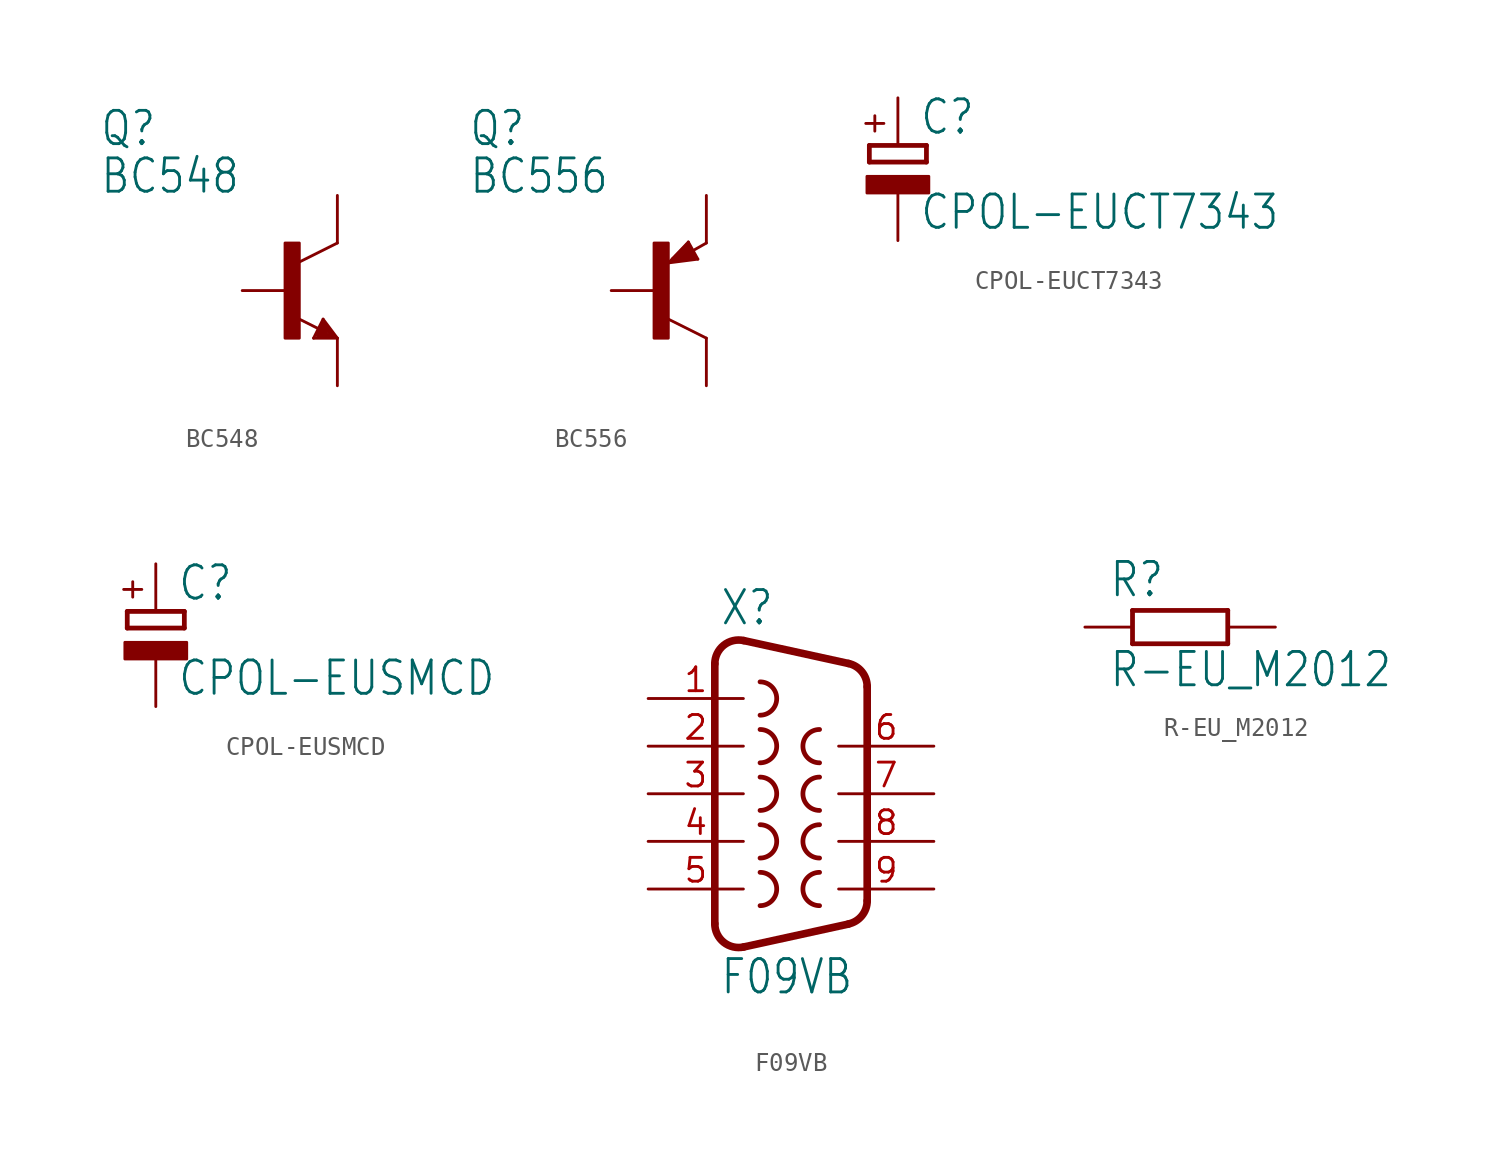
<source format=kicad_sym>
(kicad_symbol_lib
  (version 20211014)
  (generator kicad_symbol_editor)
  (symbol "BC548"
    (property "Reference" "Q"
      (at -10.16 7.62 0)
      (effects (font (size 1.778 1.511)) (justify left bottom)))
    (property "Value" "BC548"
      (at -10.16 5.08 0)
      (effects (font (size 1.778 1.511)) (justify left bottom)))
    (property "ki_locked" ""
      (at 0 0 0)
      (effects (font (size 1.27 1.27))))
    (symbol "BC548_1_0"
      (rectangle (start -0.254 -2.54) (end 0.508 2.54) (stroke (width 0) (type default) (color 0 0 0 0)) (fill (type outline)))
      (polyline (pts (xy 1.27 -2.54) (xy 1.778 -1.524)) (stroke (width 0.152) (type default) (color 0 0 0 0)) (fill (type none)))
      (polyline (pts (xy 1.524 -2.413) (xy 2.286 -2.413)) (stroke (width 0.254) (type default) (color 0 0 0 0)) (fill (type none)))
      (polyline (pts (xy 1.524 -2.286) (xy 1.905 -2.286)) (stroke (width 0.254) (type default) (color 0 0 0 0)) (fill (type none)))
      (polyline (pts (xy 1.54 -2.04) (xy 0.308 -1.424)) (stroke (width 0.152) (type default) (color 0 0 0 0)) (fill (type none)))
      (polyline (pts (xy 1.778 -1.778) (xy 1.524 -2.286)) (stroke (width 0.254) (type default) (color 0 0 0 0)) (fill (type none)))
      (polyline (pts (xy 1.778 -1.524) (xy 2.54 -2.54)) (stroke (width 0.152) (type default) (color 0 0 0 0)) (fill (type none)))
      (polyline (pts (xy 1.905 -2.286) (xy 1.778 -2.032)) (stroke (width 0.254) (type default) (color 0 0 0 0)) (fill (type none)))
      (polyline (pts (xy 2.286 -2.413) (xy 1.778 -1.778)) (stroke (width 0.254) (type default) (color 0 0 0 0)) (fill (type none)))
      (polyline (pts (xy 2.54 -2.54) (xy 1.27 -2.54)) (stroke (width 0.152) (type default) (color 0 0 0 0)) (fill (type none)))
      (polyline (pts (xy 2.54 2.54) (xy 0.508 1.524)) (stroke (width 0.152) (type default) (color 0 0 0 0)) (fill (type none)))
      (pin passive line (at -2.54 0 0) (length 2.54) (name "B" (effects (font (size 0 0)))) (number "B" (effects (font (size 0 0)))))
      (pin passive line (at 2.54 5.08 270) (length 2.54) (name "C" (effects (font (size 0 0)))) (number "C" (effects (font (size 0 0)))))
      (pin passive line (at 2.54 -5.08 90) (length 2.54) (name "E" (effects (font (size 0 0)))) (number "E" (effects (font (size 0 0)))))))
  (symbol "BC556"
    (property "Reference" "Q"
      (at -10.16 7.62 0)
      (effects (font (size 1.778 1.511)) (justify left bottom)))
    (property "Value" "BC556"
      (at -10.16 5.08 0)
      (effects (font (size 1.778 1.511)) (justify left bottom)))
    (property "ki_locked" ""
      (at 0 0 0)
      (effects (font (size 1.27 1.27))))
    (symbol "BC556_1_0"
      (rectangle (start -0.254 -2.54) (end 0.508 2.54) (stroke (width 0) (type default) (color 0 0 0 0)) (fill (type outline)))
      (polyline (pts (xy 0.516 1.478) (xy 2.086 1.678)) (stroke (width 0.152) (type default) (color 0 0 0 0)) (fill (type none)))
      (polyline (pts (xy 0.762 1.651) (xy 1.778 1.778)) (stroke (width 0.254) (type default) (color 0 0 0 0)) (fill (type none)))
      (polyline (pts (xy 1.143 1.905) (xy 1.524 1.905)) (stroke (width 0.254) (type default) (color 0 0 0 0)) (fill (type none)))
      (polyline (pts (xy 1.524 2.159) (xy 1.143 1.905)) (stroke (width 0.254) (type default) (color 0 0 0 0)) (fill (type none)))
      (polyline (pts (xy 1.524 2.413) (xy 0.762 1.651)) (stroke (width 0.254) (type default) (color 0 0 0 0)) (fill (type none)))
      (polyline (pts (xy 1.578 2.594) (xy 0.516 1.478)) (stroke (width 0.152) (type default) (color 0 0 0 0)) (fill (type none)))
      (polyline (pts (xy 1.778 1.778) (xy 1.524 2.159)) (stroke (width 0.254) (type default) (color 0 0 0 0)) (fill (type none)))
      (polyline (pts (xy 1.905 1.778) (xy 1.524 2.413)) (stroke (width 0.254) (type default) (color 0 0 0 0)) (fill (type none)))
      (polyline (pts (xy 2.086 1.678) (xy 1.578 2.594)) (stroke (width 0.152) (type default) (color 0 0 0 0)) (fill (type none)))
      (polyline (pts (xy 2.54 -2.54) (xy 0.508 -1.524)) (stroke (width 0.152) (type default) (color 0 0 0 0)) (fill (type none)))
      (polyline (pts (xy 2.54 2.54) (xy 1.808 2.124)) (stroke (width 0.152) (type default) (color 0 0 0 0)) (fill (type none)))
      (pin passive line (at -2.54 0 0) (length 2.54) (name "B" (effects (font (size 0 0)))) (number "B" (effects (font (size 0 0)))))
      (pin passive line (at 2.54 -5.08 90) (length 2.54) (name "C" (effects (font (size 0 0)))) (number "C" (effects (font (size 0 0)))))
      (pin passive line (at 2.54 5.08 270) (length 2.54) (name "E" (effects (font (size 0 0)))) (number "E" (effects (font (size 0 0)))))))
  (symbol "CPOL-EUCT7343"
    (property "Reference" "C"
      (at 1.143 0.483 0)
      (effects (font (size 1.778 1.511)) (justify left bottom)))
    (property "Value" "CPOL-EUCT7343"
      (at 1.143 -4.597 0)
      (effects (font (size 1.778 1.511)) (justify left bottom)))
    (property "ki_locked" ""
      (at 0 0 0)
      (effects (font (size 1.27 1.27))))
    (symbol "CPOL-EUCT7343_1_0"
      (rectangle (start -1.651 -2.54) (end 1.651 -1.651) (stroke (width 0) (type default) (color 0 0 0 0)) (fill (type outline)))
      (polyline (pts (xy -1.524 -0.889) (xy 1.524 -0.889)) (stroke (width 0.254) (type default) (color 0 0 0 0)) (fill (type none)))
      (polyline (pts (xy -1.524 0) (xy -1.524 -0.889)) (stroke (width 0.254) (type default) (color 0 0 0 0)) (fill (type none)))
      (polyline (pts (xy -1.524 0) (xy 1.524 0)) (stroke (width 0.254) (type default) (color 0 0 0 0)) (fill (type none)))
      (polyline (pts (xy 1.524 -0.889) (xy 1.524 0)) (stroke (width 0.254) (type default) (color 0 0 0 0)) (fill (type none)))
      (text "+" (at -0.584 0.406 900) (effects (font (size 1.27 1.079)) (justify left bottom)))
      (pin passive line (at 0 2.54 270) (length 2.54) (name "+" (effects (font (size 0 0)))) (number "+" (effects (font (size 0 0)))))
      (pin passive line (at 0 -5.08 90) (length 2.54) (name "-" (effects (font (size 0 0)))) (number "-" (effects (font (size 0 0)))))))
  (symbol "CPOL-EUSMCD"
    (property "Reference" "C"
      (at 1.143 0.483 0)
      (effects (font (size 1.778 1.511)) (justify left bottom)))
    (property "Value" "CPOL-EUSMCD"
      (at 1.143 -4.597 0)
      (effects (font (size 1.778 1.511)) (justify left bottom)))
    (property "ki_locked" ""
      (at 0 0 0)
      (effects (font (size 1.27 1.27))))
    (symbol "CPOL-EUSMCD_1_0"
      (rectangle (start -1.651 -2.54) (end 1.651 -1.651) (stroke (width 0) (type default) (color 0 0 0 0)) (fill (type outline)))
      (polyline (pts (xy -1.524 -0.889) (xy 1.524 -0.889)) (stroke (width 0.254) (type default) (color 0 0 0 0)) (fill (type none)))
      (polyline (pts (xy -1.524 0) (xy -1.524 -0.889)) (stroke (width 0.254) (type default) (color 0 0 0 0)) (fill (type none)))
      (polyline (pts (xy -1.524 0) (xy 1.524 0)) (stroke (width 0.254) (type default) (color 0 0 0 0)) (fill (type none)))
      (polyline (pts (xy 1.524 -0.889) (xy 1.524 0)) (stroke (width 0.254) (type default) (color 0 0 0 0)) (fill (type none)))
      (text "+" (at -0.584 0.406 900) (effects (font (size 1.27 1.079)) (justify left bottom)))
      (pin passive line (at 0 2.54 270) (length 2.54) (name "+" (effects (font (size 0 0)))) (number "+" (effects (font (size 0 0)))))
      (pin passive line (at 0 -5.08 90) (length 2.54) (name "-" (effects (font (size 0 0)))) (number "-" (effects (font (size 0 0)))))))
  (symbol "F09VB"
    (property "Reference" "X"
      (at -3.81 8.89 0)
      (effects (font (size 1.778 1.511)) (justify left bottom)))
    (property "Value" "F09VB"
      (at -3.81 -10.795 0)
      (effects (font (size 1.778 1.511)) (justify left bottom)))
    (property "ki_locked" ""
      (at 0 0 0)
      (effects (font (size 1.27 1.27))))
    (symbol "F09VB_1_0"
      (arc (start -4.064 -6.9312) (mid -3.5903 -7.9205) (end -2.5226 -8.1719) (stroke (width 0.4064) (type default) (color 0 0 0 0)) (fill (type none)))
      (arc (start -2.5226 8.172) (mid -3.5903 7.9205) (end -4.064 6.9312) (stroke (width 0.4064) (type default) (color 0 0 0 0)) (fill (type none)))
      (arc (start -1.651 -5.969) (mid -0.762 -5.08) (end -1.651 -4.191) (stroke (width 0.254) (type default) (color 0 0 0 0)) (fill (type none)))
      (arc (start -1.651 -3.429) (mid -0.762 -2.54) (end -1.651 -1.651) (stroke (width 0.254) (type default) (color 0 0 0 0)) (fill (type none)))
      (arc (start -1.651 -0.889) (mid -0.762 0) (end -1.651 0.889) (stroke (width 0.254) (type default) (color 0 0 0 0)) (fill (type none)))
      (arc (start -1.651 1.651) (mid -0.762 2.54) (end -1.651 3.429) (stroke (width 0.254) (type default) (color 0 0 0 0)) (fill (type none)))
      (arc (start -1.651 4.191) (mid -0.762 5.08) (end -1.651 5.969) (stroke (width 0.254) (type default) (color 0 0 0 0)) (fill (type none)))
      (polyline (pts (xy -4.064 -6.931) (xy -4.064 6.931)) (stroke (width 0.406) (type default) (color 0 0 0 0)) (fill (type none)))
      (polyline (pts (xy -2.523 -8.172) (xy 3.065 -6.949)) (stroke (width 0.406) (type default) (color 0 0 0 0)) (fill (type none)))
      (polyline (pts (xy -2.523 8.172) (xy 3.065 6.949)) (stroke (width 0.406) (type default) (color 0 0 0 0)) (fill (type none)))
      (polyline (pts (xy 4.064 -5.709) (xy 4.064 5.709)) (stroke (width 0.406) (type default) (color 0 0 0 0)) (fill (type none)))
      (arc (start 1.524 -4.191) (mid 0.635 -5.08) (end 1.524 -5.969) (stroke (width 0.254) (type default) (color 0 0 0 0)) (fill (type none)))
      (arc (start 1.524 -1.651) (mid 0.635 -2.54) (end 1.524 -3.429) (stroke (width 0.254) (type default) (color 0 0 0 0)) (fill (type none)))
      (arc (start 1.524 0.889) (mid 0.635 0) (end 1.524 -0.889) (stroke (width 0.254) (type default) (color 0 0 0 0)) (fill (type none)))
      (arc (start 1.524 3.429) (mid 0.635 2.54) (end 1.524 1.651) (stroke (width 0.254) (type default) (color 0 0 0 0)) (fill (type none)))
      (arc (start 3.0654 -6.9494) (mid 3.7833 -6.5051) (end 4.064 -5.7088) (stroke (width 0.4064) (type default) (color 0 0 0 0)) (fill (type none)))
      (arc (start 4.0642 5.7088) (mid 3.7836 6.5053) (end 3.0654 6.9495) (stroke (width 0.4064) (type default) (color 0 0 0 0)) (fill (type none)))
      (pin passive line (at -7.62 5.08 0) (length 5.08) (name "1" (effects (font (size 0 0)))) (number "1" (effects (font (size 1.27 1.27)))))
      (pin passive line (at -7.62 2.54 0) (length 5.08) (name "2" (effects (font (size 0 0)))) (number "2" (effects (font (size 1.27 1.27)))))
      (pin passive line (at -7.62 0 0) (length 5.08) (name "3" (effects (font (size 0 0)))) (number "3" (effects (font (size 1.27 1.27)))))
      (pin passive line (at -7.62 -2.54 0) (length 5.08) (name "4" (effects (font (size 0 0)))) (number "4" (effects (font (size 1.27 1.27)))))
      (pin passive line (at -7.62 -5.08 0) (length 5.08) (name "5" (effects (font (size 0 0)))) (number "5" (effects (font (size 1.27 1.27)))))
      (pin passive line (at 7.62 2.54 180) (length 5.08) (name "6" (effects (font (size 0 0)))) (number "6" (effects (font (size 1.27 1.27)))))
      (pin passive line (at 7.62 0 180) (length 5.08) (name "7" (effects (font (size 0 0)))) (number "7" (effects (font (size 1.27 1.27)))))
      (pin passive line (at 7.62 -2.54 180) (length 5.08) (name "8" (effects (font (size 0 0)))) (number "8" (effects (font (size 1.27 1.27)))))
      (pin passive line (at 7.62 -5.08 180) (length 5.08) (name "9" (effects (font (size 0 0)))) (number "9" (effects (font (size 1.27 1.27)))))))
  (symbol "R-EU_M2012"
    (property "Reference" "R"
      (at -3.81 1.499 0)
      (effects (font (size 1.778 1.511)) (justify left bottom)))
    (property "Value" "R-EU_M2012"
      (at -3.81 -3.302 0)
      (effects (font (size 1.778 1.511)) (justify left bottom)))
    (property "ki_locked" ""
      (at 0 0 0)
      (effects (font (size 1.27 1.27))))
    (symbol "R-EU_M2012_1_0"
      (polyline (pts (xy -2.54 -0.889) (xy -2.54 0.889)) (stroke (width 0.254) (type default) (color 0 0 0 0)) (fill (type none)))
      (polyline (pts (xy -2.54 -0.889) (xy 2.54 -0.889)) (stroke (width 0.254) (type default) (color 0 0 0 0)) (fill (type none)))
      (polyline (pts (xy 2.54 -0.889) (xy 2.54 0.889)) (stroke (width 0.254) (type default) (color 0 0 0 0)) (fill (type none)))
      (polyline (pts (xy 2.54 0.889) (xy -2.54 0.889)) (stroke (width 0.254) (type default) (color 0 0 0 0)) (fill (type none)))
      (pin passive line (at -5.08 0 0) (length 2.54) (name "1" (effects (font (size 0 0)))) (number "1" (effects (font (size 0 0)))))
      (pin passive line (at 5.08 0 180) (length 2.54) (name "2" (effects (font (size 0 0)))) (number "2" (effects (font (size 0 0))))))))
</source>
